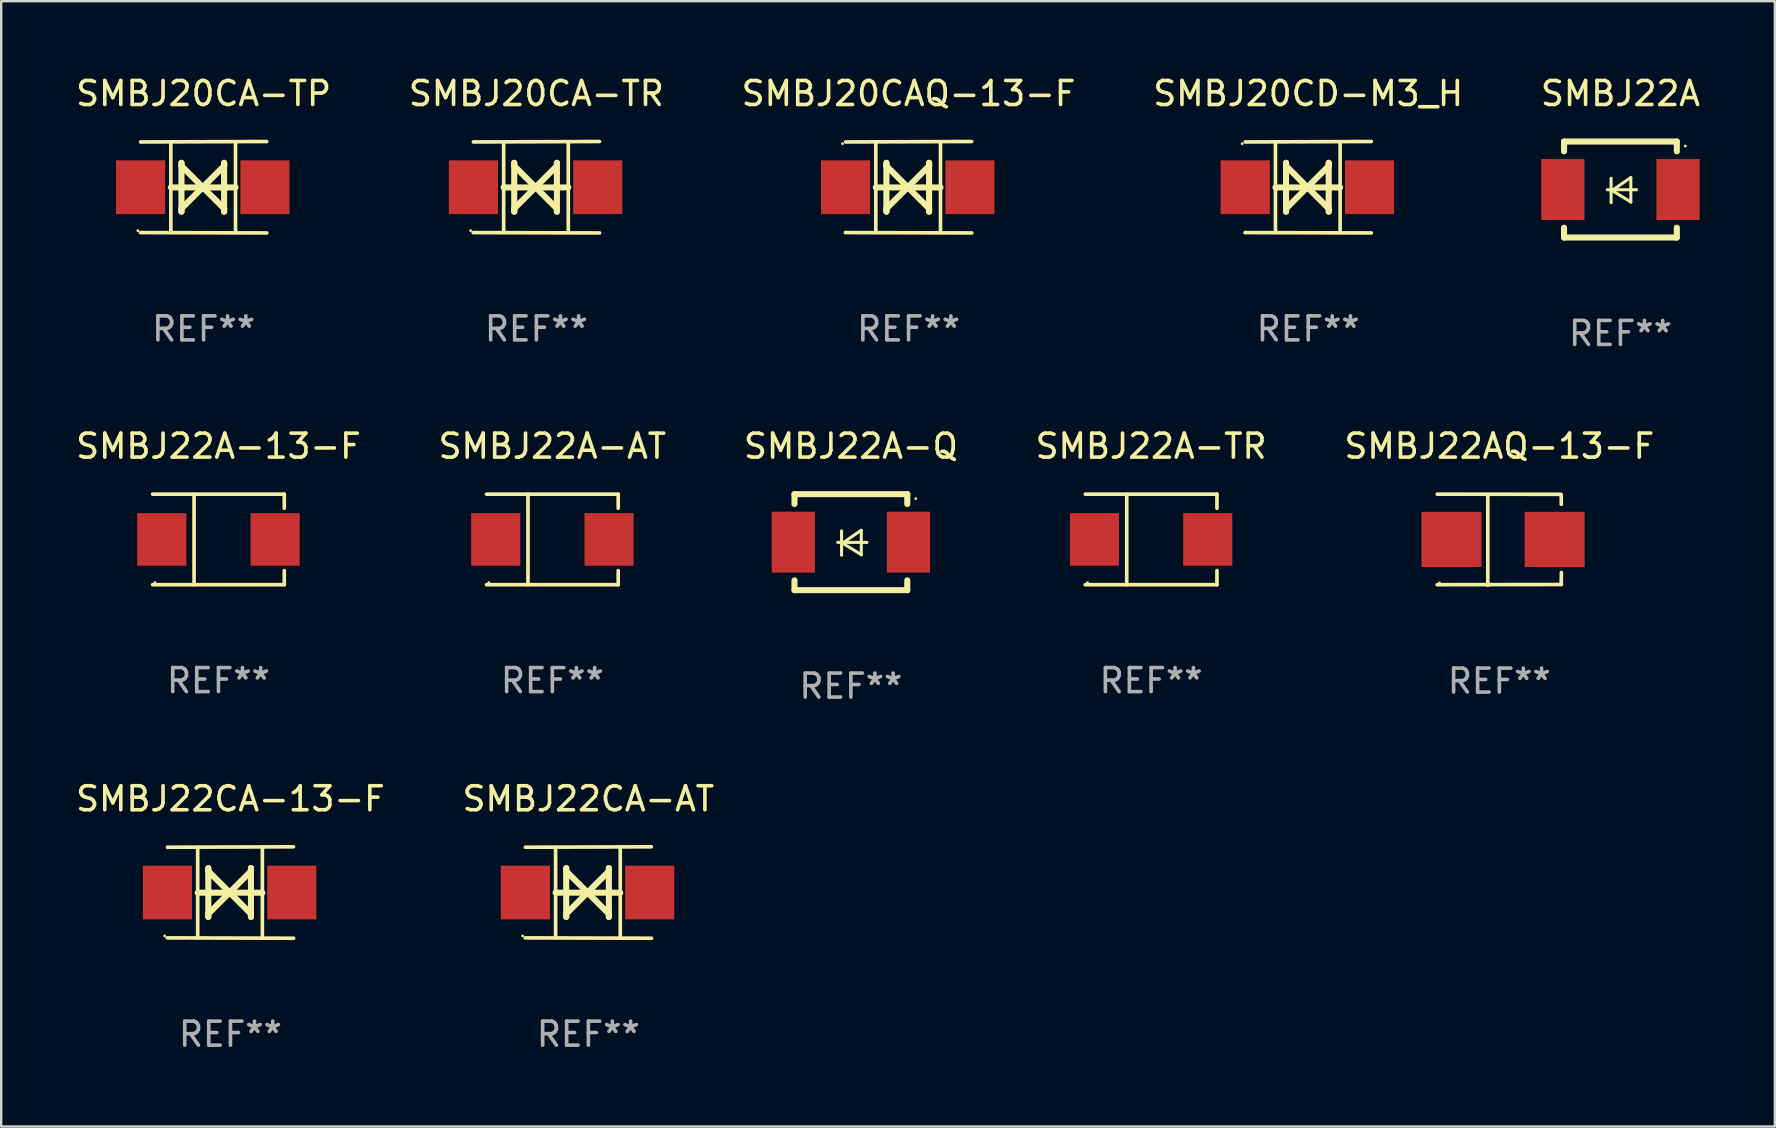
<source format=kicad_pcb>
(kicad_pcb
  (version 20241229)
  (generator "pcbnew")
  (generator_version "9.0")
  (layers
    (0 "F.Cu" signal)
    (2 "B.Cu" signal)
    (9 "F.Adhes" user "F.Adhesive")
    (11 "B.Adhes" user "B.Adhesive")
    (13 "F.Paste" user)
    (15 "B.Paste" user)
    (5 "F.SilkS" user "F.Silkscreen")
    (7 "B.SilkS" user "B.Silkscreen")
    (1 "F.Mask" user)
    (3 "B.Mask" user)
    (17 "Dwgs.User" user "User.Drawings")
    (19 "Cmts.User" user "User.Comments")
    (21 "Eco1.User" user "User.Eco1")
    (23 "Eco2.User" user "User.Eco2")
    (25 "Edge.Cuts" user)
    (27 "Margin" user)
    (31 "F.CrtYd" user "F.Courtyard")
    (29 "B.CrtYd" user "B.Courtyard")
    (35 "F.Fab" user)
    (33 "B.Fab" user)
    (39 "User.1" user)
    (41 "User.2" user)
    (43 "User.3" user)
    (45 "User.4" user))
  (footprint "SMBJ22A-13-F"
    (layer "F.Cu")
    (at 6.054 19.431)
    (property "Reference" "SMBJ22A-13-F" (at 0 -3.886 0) (layer "F.SilkS") (effects (font (size 1 1) (thickness 0.15))))
    (attr through_hole)
    (fp_line (start -2.744 -1.886) (end 2.744 -1.886) (stroke (width 0.152) (type solid)) (layer "F.SilkS"))
    (fp_line (start -2.744 1.886) (end 2.744 1.886) (stroke (width 0.152) (type solid)) (layer "F.SilkS"))
    (fp_line (start -1.016 -1.886) (end -1.016 1.886) (stroke (width 0.152) (type solid)) (layer "F.SilkS"))
    (fp_line (start 2.744 -1.886) (end 2.744 -1.299) (stroke (width 0.152) (type solid)) (layer "F.SilkS"))
    (fp_line (start 2.744 1.886) (end 2.744 1.299) (stroke (width 0.152) (type solid)) (layer "F.SilkS"))
    (fp_circle (center -2.65 1.8) (end -2.62 1.8) (stroke (width 0.06) (type solid)) (fill no) (layer "F.SilkS"))
    (fp_text user "REF**" (at 0 5.886 0) (layer "F.Fab") (effects (font (size 1 1) (thickness 0.15))))
    (pad "1" smd rect (at -2.361 0) (size 2.047 2.192) (layers "F.Cu" "F.Mask" "F.Paste"))
    (pad "2" smd rect (at 2.361 0) (size 2.047 2.192) (layers "F.Cu" "F.Mask" "F.Paste")))
  (footprint "SMBJ20CA-TR"
    (layer "F.Cu")
    (at 19.304 4.753)
    (property "Reference" "SMBJ20CA-TR" (at 0 -3.905 0) (layer "F.SilkS") (effects (font (size 1 1) (thickness 0.15))))
    (attr through_hole)
    (fp_line (start -1.365 1.886) (end -1.365 -1.886) (stroke (width 0.152) (type solid)) (layer "F.SilkS"))
    (fp_line (start -1.365 0.008) (end 1.33 0.008) (stroke (width 0.254) (type solid)) (layer "F.SilkS"))
    (fp_line (start -0.923 -1.016) (end -0.923 1.016) (stroke (width 0.254) (type solid)) (layer "F.SilkS"))
    (fp_line (start -0.923 -0.889) (end -0.923 -1.016) (stroke (width 0.254) (type solid)) (layer "F.SilkS"))
    (fp_line (start -0.923 0.889) (end -0.034 0) (stroke (width 0.254) (type solid)) (layer "F.SilkS"))
    (fp_line (start -0.923 1.016) (end -0.923 0.889) (stroke (width 0.254) (type solid)) (layer "F.SilkS"))
    (fp_line (start -0.034 0) (end -0.923 -0.889) (stroke (width 0.254) (type solid)) (layer "F.SilkS"))
    (fp_line (start -0.034 0) (end 0.855 0.889) (stroke (width 0.254) (type solid)) (layer "F.SilkS"))
    (fp_line (start 0.855 -1.016) (end 0.855 -0.889) (stroke (width 0.254) (type solid)) (layer "F.SilkS"))
    (fp_line (start 0.855 -0.889) (end -0.034 0) (stroke (width 0.254) (type solid)) (layer "F.SilkS"))
    (fp_line (start 0.855 0.889) (end 0.855 1.016) (stroke (width 0.254) (type solid)) (layer "F.SilkS"))
    (fp_line (start 0.855 1.016) (end 0.855 -1.016) (stroke (width 0.254) (type solid)) (layer "F.SilkS"))
    (fp_line (start 1.33 1.886) (end 1.33 -1.886) (stroke (width 0.152) (type solid)) (layer "F.SilkS"))
    (fp_line (start 2.629 -1.905) (end -2.625 -1.887) (stroke (width 0.152) (type solid)) (layer "F.SilkS"))
    (fp_line (start 2.633 1.905) (end -2.633 1.89) (stroke (width 0.152) (type solid)) (layer "F.SilkS"))
    (fp_circle (center -2.741 1.81) (end -2.711 1.81) (stroke (width 0.06) (type solid)) (fill no) (layer "F.SilkS"))
    (fp_text user "REF**" (at 0 5.905 0) (layer "F.Fab") (effects (font (size 1 1) (thickness 0.15))))
    (pad "1" smd rect (at -2.625 0) (size 2.047 2.241) (layers "F.Cu" "F.Mask" "F.Paste"))
    (pad "2" smd rect (at 2.557 0) (size 2.047 2.241) (layers "F.Cu" "F.Mask" "F.Paste")))
  (footprint "SMBJ22A"
    (layer "F.Cu")
    (at 64.482 4.848)
    (property "Reference" "SMBJ22A" (at 0 -4 0) (layer "F.SilkS") (effects (font (size 1 1) (thickness 0.15))))
    (attr through_hole)
    (fp_line (start -2.35 -2) (end -2.35 -1.591) (stroke (width 0.254) (type solid)) (layer "F.SilkS"))
    (fp_line (start -2.35 -2) (end 2.35 -2) (stroke (width 0.254) (type solid)) (layer "F.SilkS"))
    (fp_line (start -2.35 1.591) (end -2.35 2) (stroke (width 0.254) (type solid)) (layer "F.SilkS"))
    (fp_line (start -2.35 2) (end 2.35 2) (stroke (width 0.254) (type solid)) (layer "F.SilkS"))
    (fp_line (start -0.548 0.01) (end 0.671 0.01) (stroke (width 0.127) (type solid)) (layer "F.SilkS"))
    (fp_line (start -0.389 -0.47) (end -0.389 0.546) (stroke (width 0.127) (type solid)) (layer "F.SilkS"))
    (fp_line (start -0.35 0.04) (end 0.433 0.52) (stroke (width 0.127) (type solid)) (layer "F.SilkS"))
    (fp_line (start 0.433 -0.5) (end -0.35 0.04) (stroke (width 0.127) (type solid)) (layer "F.SilkS"))
    (fp_line (start 0.433 0.53) (end 0.433 -0.486) (stroke (width 0.127) (type solid)) (layer "F.SilkS"))
    (fp_line (start 2.35 -2) (end 2.35 -1.591) (stroke (width 0.254) (type solid)) (layer "F.SilkS"))
    (fp_line (start 2.35 1.591) (end 2.35 2) (stroke (width 0.254) (type solid)) (layer "F.SilkS"))
    (fp_circle (center 2.704 -1.813) (end 2.734 -1.813) (stroke (width 0.06) (type solid)) (fill no) (layer "F.SilkS"))
    (fp_text user "REF**" (at 0 6 0) (layer "F.Fab") (effects (font (size 1 1) (thickness 0.15))))
    (pad "1" smd rect (at 2.4 0) (size 1.8 2.54) (layers "F.Cu" "F.Mask" "F.Paste"))
    (pad "2" smd rect (at -2.4 0) (size 1.8 2.54) (layers "F.Cu" "F.Mask" "F.Paste")))
  (footprint "SMBJ20CA-TP"
    (layer "F.Cu")
    (at 5.435 4.753)
    (property "Reference" "SMBJ20CA-TP" (at 0 -3.905 0) (layer "F.SilkS") (effects (font (size 1 1) (thickness 0.15))))
    (attr through_hole)
    (fp_line (start -1.365 1.886) (end -1.365 -1.886) (stroke (width 0.152) (type solid)) (layer "F.SilkS"))
    (fp_line (start -1.365 0.008) (end 1.33 0.008) (stroke (width 0.254) (type solid)) (layer "F.SilkS"))
    (fp_line (start -0.923 -1.016) (end -0.923 1.016) (stroke (width 0.254) (type solid)) (layer "F.SilkS"))
    (fp_line (start -0.923 -0.889) (end -0.923 -1.016) (stroke (width 0.254) (type solid)) (layer "F.SilkS"))
    (fp_line (start -0.923 0.889) (end -0.034 0) (stroke (width 0.254) (type solid)) (layer "F.SilkS"))
    (fp_line (start -0.923 1.016) (end -0.923 0.889) (stroke (width 0.254) (type solid)) (layer "F.SilkS"))
    (fp_line (start -0.034 0) (end -0.923 -0.889) (stroke (width 0.254) (type solid)) (layer "F.SilkS"))
    (fp_line (start -0.034 0) (end 0.855 0.889) (stroke (width 0.254) (type solid)) (layer "F.SilkS"))
    (fp_line (start 0.855 -1.016) (end 0.855 -0.889) (stroke (width 0.254) (type solid)) (layer "F.SilkS"))
    (fp_line (start 0.855 -0.889) (end -0.034 0) (stroke (width 0.254) (type solid)) (layer "F.SilkS"))
    (fp_line (start 0.855 0.889) (end 0.855 1.016) (stroke (width 0.254) (type solid)) (layer "F.SilkS"))
    (fp_line (start 0.855 1.016) (end 0.855 -1.016) (stroke (width 0.254) (type solid)) (layer "F.SilkS"))
    (fp_line (start 1.33 1.886) (end 1.33 -1.886) (stroke (width 0.152) (type solid)) (layer "F.SilkS"))
    (fp_line (start 2.629 -1.905) (end -2.625 -1.887) (stroke (width 0.152) (type solid)) (layer "F.SilkS"))
    (fp_line (start 2.633 1.905) (end -2.633 1.89) (stroke (width 0.152) (type solid)) (layer "F.SilkS"))
    (fp_circle (center -2.741 1.81) (end -2.711 1.81) (stroke (width 0.06) (type solid)) (fill no) (layer "F.SilkS"))
    (fp_text user "REF**" (at 0 5.905 0) (layer "F.Fab") (effects (font (size 1 1) (thickness 0.15))))
    (pad "1" smd rect (at -2.625 0) (size 2.047 2.241) (layers "F.Cu" "F.Mask" "F.Paste"))
    (pad "2" smd rect (at 2.557 0) (size 2.047 2.241) (layers "F.Cu" "F.Mask" "F.Paste")))
  (footprint "SMBJ20CD-M3_H"
    (layer "F.Cu")
    (at 51.47 4.753)
    (property "Reference" "SMBJ20CD-M3_H" (at 0 -3.905 0) (layer "F.SilkS") (effects (font (size 1 1) (thickness 0.15))))
    (attr through_hole)
    (fp_line (start -1.365 1.886) (end -1.365 -1.886) (stroke (width 0.152) (type solid)) (layer "F.SilkS"))
    (fp_line (start -1.365 0.008) (end 1.33 0.008) (stroke (width 0.254) (type solid)) (layer "F.SilkS"))
    (fp_line (start -0.923 -1.016) (end -0.923 1.016) (stroke (width 0.254) (type solid)) (layer "F.SilkS"))
    (fp_line (start -0.923 -0.889) (end -0.923 -1.016) (stroke (width 0.254) (type solid)) (layer "F.SilkS"))
    (fp_line (start -0.923 0.889) (end -0.034 0) (stroke (width 0.254) (type solid)) (layer "F.SilkS"))
    (fp_line (start -0.923 1.016) (end -0.923 0.889) (stroke (width 0.254) (type solid)) (layer "F.SilkS"))
    (fp_line (start -0.034 0) (end -0.923 -0.889) (stroke (width 0.254) (type solid)) (layer "F.SilkS"))
    (fp_line (start -0.034 0) (end 0.855 0.889) (stroke (width 0.254) (type solid)) (layer "F.SilkS"))
    (fp_line (start 0.855 -1.016) (end 0.855 -0.889) (stroke (width 0.254) (type solid)) (layer "F.SilkS"))
    (fp_line (start 0.855 -0.889) (end -0.034 0) (stroke (width 0.254) (type solid)) (layer "F.SilkS"))
    (fp_line (start 0.855 0.889) (end 0.855 1.016) (stroke (width 0.254) (type solid)) (layer "F.SilkS"))
    (fp_line (start 0.855 1.016) (end 0.855 -1.016) (stroke (width 0.254) (type solid)) (layer "F.SilkS"))
    (fp_line (start 1.33 1.886) (end 1.33 -1.886) (stroke (width 0.152) (type solid)) (layer "F.SilkS"))
    (fp_line (start 2.629 -1.905) (end -2.625 -1.887) (stroke (width 0.152) (type solid)) (layer "F.SilkS"))
    (fp_line (start 2.633 1.905) (end -2.633 1.89) (stroke (width 0.152) (type solid)) (layer "F.SilkS"))
    (fp_circle (center -2.753 -1.816) (end -2.723 -1.816) (stroke (width 0.06) (type solid)) (fill no) (layer "F.SilkS"))
    (fp_text user "REF**" (at 0 5.905 0) (layer "F.Fab") (effects (font (size 1 1) (thickness 0.15))))
    (pad "1" smd rect (at -2.625 0) (size 2.047 2.241) (layers "F.Cu" "F.Mask" "F.Paste"))
    (pad "2" smd rect (at 2.557 0) (size 2.047 2.241) (layers "F.Cu" "F.Mask" "F.Paste")))
  (footprint "SMBJ22CA-13-F"
    (layer "F.Cu")
    (at 6.554 34.146)
    (property "Reference" "SMBJ22CA-13-F" (at 0 -3.905 0) (layer "F.SilkS") (effects (font (size 1 1) (thickness 0.15))))
    (attr through_hole)
    (fp_line (start -1.365 1.886) (end -1.365 -1.886) (stroke (width 0.152) (type solid)) (layer "F.SilkS"))
    (fp_line (start -1.365 0.008) (end 1.33 0.008) (stroke (width 0.254) (type solid)) (layer "F.SilkS"))
    (fp_line (start -0.923 -1.016) (end -0.923 1.016) (stroke (width 0.254) (type solid)) (layer "F.SilkS"))
    (fp_line (start -0.923 -0.889) (end -0.923 -1.016) (stroke (width 0.254) (type solid)) (layer "F.SilkS"))
    (fp_line (start -0.923 0.889) (end -0.034 0) (stroke (width 0.254) (type solid)) (layer "F.SilkS"))
    (fp_line (start -0.923 1.016) (end -0.923 0.889) (stroke (width 0.254) (type solid)) (layer "F.SilkS"))
    (fp_line (start -0.034 0) (end -0.923 -0.889) (stroke (width 0.254) (type solid)) (layer "F.SilkS"))
    (fp_line (start -0.034 0) (end 0.855 0.889) (stroke (width 0.254) (type solid)) (layer "F.SilkS"))
    (fp_line (start 0.855 -1.016) (end 0.855 -0.889) (stroke (width 0.254) (type solid)) (layer "F.SilkS"))
    (fp_line (start 0.855 -0.889) (end -0.034 0) (stroke (width 0.254) (type solid)) (layer "F.SilkS"))
    (fp_line (start 0.855 0.889) (end 0.855 1.016) (stroke (width 0.254) (type solid)) (layer "F.SilkS"))
    (fp_line (start 0.855 1.016) (end 0.855 -1.016) (stroke (width 0.254) (type solid)) (layer "F.SilkS"))
    (fp_line (start 1.33 1.886) (end 1.33 -1.886) (stroke (width 0.152) (type solid)) (layer "F.SilkS"))
    (fp_line (start 2.629 -1.905) (end -2.625 -1.887) (stroke (width 0.152) (type solid)) (layer "F.SilkS"))
    (fp_line (start 2.633 1.905) (end -2.633 1.89) (stroke (width 0.152) (type solid)) (layer "F.SilkS"))
    (fp_circle (center -2.741 1.81) (end -2.711 1.81) (stroke (width 0.06) (type solid)) (fill no) (layer "F.SilkS"))
    (fp_text user "REF**" (at 0 5.905 0) (layer "F.Fab") (effects (font (size 1 1) (thickness 0.15))))
    (pad "1" smd rect (at -2.625 0) (size 2.047 2.241) (layers "F.Cu" "F.Mask" "F.Paste"))
    (pad "2" smd rect (at 2.557 0) (size 2.047 2.241) (layers "F.Cu" "F.Mask" "F.Paste")))
  (footprint "SMBJ22AQ-13-F"
    (layer "F.Cu")
    (at 59.435 19.44)
    (property "Reference" "SMBJ22AQ-13-F" (at 0 -3.896 0) (layer "F.SilkS") (effects (font (size 1 1) (thickness 0.15))))
    (attr through_hole)
    (fp_line (start -2.588 -1.896) (end 2.568 -1.889) (stroke (width 0.152) (type solid)) (layer "F.SilkS"))
    (fp_line (start -2.588 1.877) (end 2.588 1.87) (stroke (width 0.152) (type solid)) (layer "F.SilkS"))
    (fp_line (start -0.48 1.896) (end -0.48 -1.871) (stroke (width 0.152) (type solid)) (layer "F.SilkS"))
    (fp_line (start 2.579 -1.849) (end 2.582 -1.472) (stroke (width 0.152) (type solid)) (layer "F.SilkS"))
    (fp_line (start 2.579 1.867) (end 2.587 1.372) (stroke (width 0.152) (type solid)) (layer "F.SilkS"))
    (fp_circle (center -2.492 1.801) (end -2.462 1.801) (stroke (width 0.06) (type solid)) (fill no) (layer "F.SilkS"))
    (fp_text user "REF**" (at 0 5.896 0) (layer "F.Fab") (effects (font (size 1 1) (thickness 0.15))))
    (pad "1" smd rect (at -1.995 -0.009) (size 2.5 2.3) (layers "F.Cu" "F.Mask" "F.Paste"))
    (pad "2" smd rect (at 2.305 -0.009) (size 2.5 2.3) (layers "F.Cu" "F.Mask" "F.Paste")))
  (footprint "SMBJ22CA-AT"
    (layer "F.Cu")
    (at 21.47 34.146)
    (property "Reference" "SMBJ22CA-AT" (at 0 -3.905 0) (layer "F.SilkS") (effects (font (size 1 1) (thickness 0.15))))
    (attr through_hole)
    (fp_line (start -1.365 1.886) (end -1.365 -1.886) (stroke (width 0.152) (type solid)) (layer "F.SilkS"))
    (fp_line (start -1.365 0.008) (end 1.33 0.008) (stroke (width 0.254) (type solid)) (layer "F.SilkS"))
    (fp_line (start -0.923 -1.016) (end -0.923 1.016) (stroke (width 0.254) (type solid)) (layer "F.SilkS"))
    (fp_line (start -0.923 -0.889) (end -0.923 -1.016) (stroke (width 0.254) (type solid)) (layer "F.SilkS"))
    (fp_line (start -0.923 0.889) (end -0.034 0) (stroke (width 0.254) (type solid)) (layer "F.SilkS"))
    (fp_line (start -0.923 1.016) (end -0.923 0.889) (stroke (width 0.254) (type solid)) (layer "F.SilkS"))
    (fp_line (start -0.034 0) (end -0.923 -0.889) (stroke (width 0.254) (type solid)) (layer "F.SilkS"))
    (fp_line (start -0.034 0) (end 0.855 0.889) (stroke (width 0.254) (type solid)) (layer "F.SilkS"))
    (fp_line (start 0.855 -1.016) (end 0.855 -0.889) (stroke (width 0.254) (type solid)) (layer "F.SilkS"))
    (fp_line (start 0.855 -0.889) (end -0.034 0) (stroke (width 0.254) (type solid)) (layer "F.SilkS"))
    (fp_line (start 0.855 0.889) (end 0.855 1.016) (stroke (width 0.254) (type solid)) (layer "F.SilkS"))
    (fp_line (start 0.855 1.016) (end 0.855 -1.016) (stroke (width 0.254) (type solid)) (layer "F.SilkS"))
    (fp_line (start 1.33 1.886) (end 1.33 -1.886) (stroke (width 0.152) (type solid)) (layer "F.SilkS"))
    (fp_line (start 2.629 -1.905) (end -2.625 -1.887) (stroke (width 0.152) (type solid)) (layer "F.SilkS"))
    (fp_line (start 2.633 1.905) (end -2.633 1.89) (stroke (width 0.152) (type solid)) (layer "F.SilkS"))
    (fp_circle (center -2.741 1.81) (end -2.711 1.81) (stroke (width 0.06) (type solid)) (fill no) (layer "F.SilkS"))
    (fp_text user "REF**" (at 0 5.905 0) (layer "F.Fab") (effects (font (size 1 1) (thickness 0.15))))
    (pad "1" smd rect (at -2.625 0) (size 2.047 2.241) (layers "F.Cu" "F.Mask" "F.Paste"))
    (pad "2" smd rect (at 2.557 0) (size 2.047 2.241) (layers "F.Cu" "F.Mask" "F.Paste")))
  (footprint "SMBJ22A-TR"
    (layer "F.Cu")
    (at 44.923 19.431)
    (property "Reference" "SMBJ22A-TR" (at 0 -3.886 0) (layer "F.SilkS") (effects (font (size 1 1) (thickness 0.15))))
    (attr through_hole)
    (fp_line (start -2.744 -1.886) (end 2.744 -1.886) (stroke (width 0.152) (type solid)) (layer "F.SilkS"))
    (fp_line (start -2.744 1.886) (end 2.744 1.886) (stroke (width 0.152) (type solid)) (layer "F.SilkS"))
    (fp_line (start -1.016 -1.886) (end -1.016 1.886) (stroke (width 0.152) (type solid)) (layer "F.SilkS"))
    (fp_line (start 2.744 -1.886) (end 2.744 -1.299) (stroke (width 0.152) (type solid)) (layer "F.SilkS"))
    (fp_line (start 2.744 1.886) (end 2.744 1.299) (stroke (width 0.152) (type solid)) (layer "F.SilkS"))
    (fp_circle (center -2.65 1.8) (end -2.62 1.8) (stroke (width 0.06) (type solid)) (fill no) (layer "F.SilkS"))
    (fp_text user "REF**" (at 0 5.886 0) (layer "F.Fab") (effects (font (size 1 1) (thickness 0.15))))
    (pad "1" smd rect (at -2.361 0) (size 2.047 2.192) (layers "F.Cu" "F.Mask" "F.Paste"))
    (pad "2" smd rect (at 2.361 0) (size 2.047 2.192) (layers "F.Cu" "F.Mask" "F.Paste")))
  (footprint "SMBJ22A-Q"
    (layer "F.Cu")
    (at 32.411 19.545)
    (property "Reference" "SMBJ22A-Q" (at 0 -4 0) (layer "F.SilkS") (effects (font (size 1 1) (thickness 0.15))))
    (attr through_hole)
    (fp_line (start -2.35 -2) (end -2.35 -1.591) (stroke (width 0.254) (type solid)) (layer "F.SilkS"))
    (fp_line (start -2.35 -2) (end 2.35 -2) (stroke (width 0.254) (type solid)) (layer "F.SilkS"))
    (fp_line (start -2.35 1.591) (end -2.35 2) (stroke (width 0.254) (type solid)) (layer "F.SilkS"))
    (fp_line (start -2.35 2) (end 2.35 2) (stroke (width 0.254) (type solid)) (layer "F.SilkS"))
    (fp_line (start -0.548 0.01) (end 0.671 0.01) (stroke (width 0.127) (type solid)) (layer "F.SilkS"))
    (fp_line (start -0.389 -0.47) (end -0.389 0.546) (stroke (width 0.127) (type solid)) (layer "F.SilkS"))
    (fp_line (start -0.35 0.04) (end 0.433 0.52) (stroke (width 0.127) (type solid)) (layer "F.SilkS"))
    (fp_line (start 0.433 -0.5) (end -0.35 0.04) (stroke (width 0.127) (type solid)) (layer "F.SilkS"))
    (fp_line (start 0.433 0.53) (end 0.433 -0.486) (stroke (width 0.127) (type solid)) (layer "F.SilkS"))
    (fp_line (start 2.35 -2) (end 2.35 -1.591) (stroke (width 0.254) (type solid)) (layer "F.SilkS"))
    (fp_line (start 2.35 1.591) (end 2.35 2) (stroke (width 0.254) (type solid)) (layer "F.SilkS"))
    (fp_circle (center 2.704 -1.813) (end 2.734 -1.813) (stroke (width 0.06) (type solid)) (fill no) (layer "F.SilkS"))
    (fp_text user "REF**" (at 0 6 0) (layer "F.Fab") (effects (font (size 1 1) (thickness 0.15))))
    (pad "1" smd rect (at 2.4 0) (size 1.8 2.54) (layers "F.Cu" "F.Mask" "F.Paste"))
    (pad "2" smd rect (at -2.4 0) (size 1.8 2.54) (layers "F.Cu" "F.Mask" "F.Paste")))
  (footprint "SMBJ22A-AT"
    (layer "F.Cu")
    (at 19.97 19.431)
    (property "Reference" "SMBJ22A-AT" (at 0 -3.886 0) (layer "F.SilkS") (effects (font (size 1 1) (thickness 0.15))))
    (attr through_hole)
    (fp_line (start -2.744 -1.886) (end 2.744 -1.886) (stroke (width 0.152) (type solid)) (layer "F.SilkS"))
    (fp_line (start -2.744 1.886) (end 2.744 1.886) (stroke (width 0.152) (type solid)) (layer "F.SilkS"))
    (fp_line (start -1.016 -1.886) (end -1.016 1.886) (stroke (width 0.152) (type solid)) (layer "F.SilkS"))
    (fp_line (start 2.744 -1.886) (end 2.744 -1.299) (stroke (width 0.152) (type solid)) (layer "F.SilkS"))
    (fp_line (start 2.744 1.886) (end 2.744 1.299) (stroke (width 0.152) (type solid)) (layer "F.SilkS"))
    (fp_circle (center -2.65 1.8) (end -2.62 1.8) (stroke (width 0.06) (type solid)) (fill no) (layer "F.SilkS"))
    (fp_text user "REF**" (at 0 5.886 0) (layer "F.Fab") (effects (font (size 1 1) (thickness 0.15))))
    (pad "1" smd rect (at -2.361 0) (size 2.047 2.192) (layers "F.Cu" "F.Mask" "F.Paste"))
    (pad "2" smd rect (at 2.361 0) (size 2.047 2.192) (layers "F.Cu" "F.Mask" "F.Paste")))
  (footprint "SMBJ20CAQ-13-F"
    (layer "F.Cu")
    (at 34.815 4.753)
    (property "Reference" "SMBJ20CAQ-13-F" (at 0 -3.905 0) (layer "F.SilkS") (effects (font (size 1 1) (thickness 0.15))))
    (attr through_hole)
    (fp_line (start -1.365 1.886) (end -1.365 -1.886) (stroke (width 0.152) (type solid)) (layer "F.SilkS"))
    (fp_line (start -1.365 0.008) (end 1.33 0.008) (stroke (width 0.254) (type solid)) (layer "F.SilkS"))
    (fp_line (start -0.923 -1.016) (end -0.923 1.016) (stroke (width 0.254) (type solid)) (layer "F.SilkS"))
    (fp_line (start -0.923 -0.889) (end -0.923 -1.016) (stroke (width 0.254) (type solid)) (layer "F.SilkS"))
    (fp_line (start -0.923 0.889) (end -0.034 0) (stroke (width 0.254) (type solid)) (layer "F.SilkS"))
    (fp_line (start -0.923 1.016) (end -0.923 0.889) (stroke (width 0.254) (type solid)) (layer "F.SilkS"))
    (fp_line (start -0.034 0) (end -0.923 -0.889) (stroke (width 0.254) (type solid)) (layer "F.SilkS"))
    (fp_line (start -0.034 0) (end 0.855 0.889) (stroke (width 0.254) (type solid)) (layer "F.SilkS"))
    (fp_line (start 0.855 -1.016) (end 0.855 -0.889) (stroke (width 0.254) (type solid)) (layer "F.SilkS"))
    (fp_line (start 0.855 -0.889) (end -0.034 0) (stroke (width 0.254) (type solid)) (layer "F.SilkS"))
    (fp_line (start 0.855 0.889) (end 0.855 1.016) (stroke (width 0.254) (type solid)) (layer "F.SilkS"))
    (fp_line (start 0.855 1.016) (end 0.855 -1.016) (stroke (width 0.254) (type solid)) (layer "F.SilkS"))
    (fp_line (start 1.33 1.886) (end 1.33 -1.886) (stroke (width 0.152) (type solid)) (layer "F.SilkS"))
    (fp_line (start 2.629 -1.905) (end -2.625 -1.887) (stroke (width 0.152) (type solid)) (layer "F.SilkS"))
    (fp_line (start 2.633 1.905) (end -2.633 1.89) (stroke (width 0.152) (type solid)) (layer "F.SilkS"))
    (fp_circle (center -2.753 -1.816) (end -2.723 -1.816) (stroke (width 0.06) (type solid)) (fill no) (layer "F.SilkS"))
    (fp_text user "REF**" (at 0 5.905 0) (layer "F.Fab") (effects (font (size 1 1) (thickness 0.15))))
    (pad "1" smd rect (at -2.625 0) (size 2.047 2.241) (layers "F.Cu" "F.Mask" "F.Paste"))
    (pad "2" smd rect (at 2.557 0) (size 2.047 2.241) (layers "F.Cu" "F.Mask" "F.Paste")))
  (gr_rect
    (start -3 -3)
    (end 70.917 43.9)
    (stroke (width 0.1) (type default))
    (fill no)
    (layer "Edge.Cuts")))
</source>
